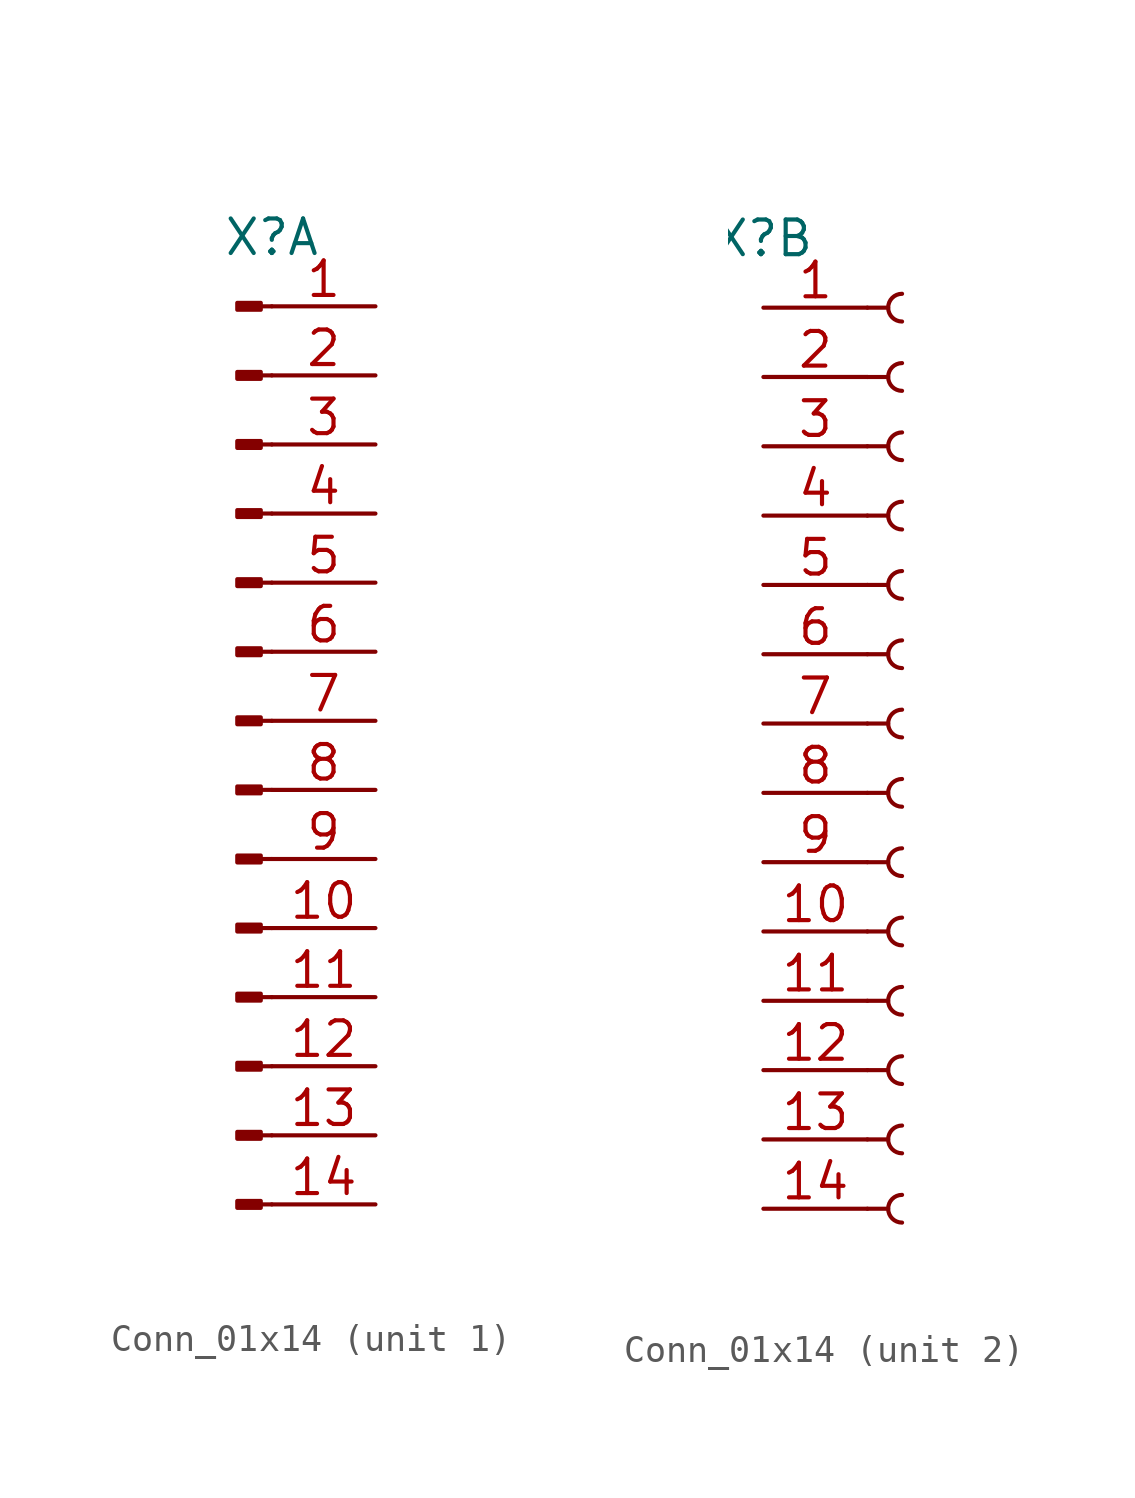
<source format=kicad_sym>
(kicad_symbol_lib
  (version 20241209)
  (generator "kicad_symbol_editor")
  (generator_version "9.0")
  (symbol "Conn_01x14"
    (pin_names
      (offset 1.016)
      (hide yes))
    (property "Reference" "X"
      (at 0 17.78 0)
      (do_not_autoplace)
      (effects (font (size 1.27 1.27))))
    (property "ki_locked" ""
      (at 0 0 0)
      (effects (font (size 1.27 1.27))))
    (symbol "Conn_01x14_1_1"
      (rectangle (start -0.406 15.367) (end -1.27 15.113) (stroke (width 0.152) (type default)) (fill (type outline)))
      (rectangle (start -0.406 12.827) (end -1.27 12.573) (stroke (width 0.152) (type default)) (fill (type outline)))
      (rectangle (start -0.406 10.287) (end -1.27 10.033) (stroke (width 0.152) (type default)) (fill (type outline)))
      (rectangle (start -0.406 7.747) (end -1.27 7.493) (stroke (width 0.152) (type default)) (fill (type outline)))
      (rectangle (start -0.406 5.207) (end -1.27 4.953) (stroke (width 0.152) (type default)) (fill (type outline)))
      (rectangle (start -0.406 2.667) (end -1.27 2.413) (stroke (width 0.152) (type default)) (fill (type outline)))
      (rectangle (start -0.406 0.127) (end -1.27 -0.127) (stroke (width 0.152) (type default)) (fill (type outline)))
      (rectangle (start -0.406 -2.413) (end -1.27 -2.667) (stroke (width 0.152) (type default)) (fill (type outline)))
      (rectangle (start -0.406 -4.953) (end -1.27 -5.207) (stroke (width 0.152) (type default)) (fill (type outline)))
      (rectangle (start -0.406 -7.493) (end -1.27 -7.747) (stroke (width 0.152) (type default)) (fill (type outline)))
      (rectangle (start -0.406 -10.033) (end -1.27 -10.287) (stroke (width 0.152) (type default)) (fill (type outline)))
      (rectangle (start -0.406 -12.573) (end -1.27 -12.827) (stroke (width 0.152) (type default)) (fill (type outline)))
      (rectangle (start -0.406 -15.113) (end -1.27 -15.367) (stroke (width 0.152) (type default)) (fill (type outline)))
      (rectangle (start -0.406 -17.653) (end -1.27 -17.907) (stroke (width 0.152) (type default)) (fill (type outline)))
      (polyline (pts (xy 0 15.24) (xy -0.406 15.24)) (stroke (width 0.152) (type default)) (fill (type none)))
      (polyline (pts (xy 0 12.7) (xy -0.406 12.7)) (stroke (width 0.152) (type default)) (fill (type none)))
      (polyline (pts (xy 0 10.16) (xy -0.406 10.16)) (stroke (width 0.152) (type default)) (fill (type none)))
      (polyline (pts (xy 0 7.62) (xy -0.406 7.62)) (stroke (width 0.152) (type default)) (fill (type none)))
      (polyline (pts (xy 0 5.08) (xy -0.406 5.08)) (stroke (width 0.152) (type default)) (fill (type none)))
      (polyline (pts (xy 0 2.54) (xy -0.406 2.54)) (stroke (width 0.152) (type default)) (fill (type none)))
      (polyline (pts (xy 0 0) (xy -0.406 0)) (stroke (width 0.152) (type default)) (fill (type none)))
      (polyline (pts (xy 0 -2.54) (xy -0.406 -2.54)) (stroke (width 0.152) (type default)) (fill (type none)))
      (polyline (pts (xy 0 -5.08) (xy -0.406 -5.08)) (stroke (width 0.152) (type default)) (fill (type none)))
      (polyline (pts (xy 0 -7.62) (xy -0.406 -7.62)) (stroke (width 0.152) (type default)) (fill (type none)))
      (polyline (pts (xy 0 -10.16) (xy -0.406 -10.16)) (stroke (width 0.152) (type default)) (fill (type none)))
      (polyline (pts (xy 0 -12.7) (xy -0.406 -12.7)) (stroke (width 0.152) (type default)) (fill (type none)))
      (polyline (pts (xy 0 -15.24) (xy -0.406 -15.24)) (stroke (width 0.152) (type default)) (fill (type none)))
      (polyline (pts (xy 0 -17.78) (xy -0.406 -17.78)) (stroke (width 0.152) (type default)) (fill (type none)))
      (pin passive line (at 3.81 15.24 180) (length 3.81) (name "Pin_1" (effects (font (size 1.27 1.27)))) (number "1" (effects (font (size 1.27 1.27)))))
      (pin passive line (at 3.81 12.7 180) (length 3.81) (name "Pin_2" (effects (font (size 1.27 1.27)))) (number "2" (effects (font (size 1.27 1.27)))))
      (pin passive line (at 3.81 10.16 180) (length 3.81) (name "Pin_3" (effects (font (size 1.27 1.27)))) (number "3" (effects (font (size 1.27 1.27)))))
      (pin passive line (at 3.81 7.62 180) (length 3.81) (name "Pin_4" (effects (font (size 1.27 1.27)))) (number "4" (effects (font (size 1.27 1.27)))))
      (pin passive line (at 3.81 5.08 180) (length 3.81) (name "Pin_5" (effects (font (size 1.27 1.27)))) (number "5" (effects (font (size 1.27 1.27)))))
      (pin passive line (at 3.81 2.54 180) (length 3.81) (name "Pin_6" (effects (font (size 1.27 1.27)))) (number "6" (effects (font (size 1.27 1.27)))))
      (pin passive line (at 3.81 0 180) (length 3.81) (name "Pin_7" (effects (font (size 1.27 1.27)))) (number "7" (effects (font (size 1.27 1.27)))))
      (pin passive line (at 3.81 -2.54 180) (length 3.81) (name "Pin_8" (effects (font (size 1.27 1.27)))) (number "8" (effects (font (size 1.27 1.27)))))
      (pin passive line (at 3.81 -5.08 180) (length 3.81) (name "Pin_9" (effects (font (size 1.27 1.27)))) (number "9" (effects (font (size 1.27 1.27)))))
      (pin passive line (at 3.81 -7.62 180) (length 3.81) (name "Pin_10" (effects (font (size 1.27 1.27)))) (number "10" (effects (font (size 1.27 1.27)))))
      (pin passive line (at 3.81 -10.16 180) (length 3.81) (name "Pin_11" (effects (font (size 1.27 1.27)))) (number "11" (effects (font (size 1.27 1.27)))))
      (pin passive line (at 3.81 -12.7 180) (length 3.81) (name "Pin_12" (effects (font (size 1.27 1.27)))) (number "12" (effects (font (size 1.27 1.27)))))
      (pin passive line (at 3.81 -15.24 180) (length 3.81) (name "Pin_13" (effects (font (size 1.27 1.27)))) (number "13" (effects (font (size 1.27 1.27)))))
      (pin passive line (at 3.81 -17.78 180) (length 3.81) (name "Pin_14" (effects (font (size 1.27 1.27)))) (number "14" (effects (font (size 1.27 1.27))))))
    (symbol "Conn_01x14_2_1"
      (polyline (pts (xy 3.81 15.24) (xy 4.572 15.24)) (stroke (width 0.152) (type default)) (fill (type none)))
      (polyline (pts (xy 3.81 12.7) (xy 4.572 12.7)) (stroke (width 0.152) (type default)) (fill (type none)))
      (polyline (pts (xy 3.81 10.16) (xy 4.572 10.16)) (stroke (width 0.152) (type default)) (fill (type none)))
      (polyline (pts (xy 3.81 7.62) (xy 4.572 7.62)) (stroke (width 0.152) (type default)) (fill (type none)))
      (polyline (pts (xy 3.81 5.08) (xy 4.572 5.08)) (stroke (width 0.152) (type default)) (fill (type none)))
      (polyline (pts (xy 3.81 2.54) (xy 4.572 2.54)) (stroke (width 0.152) (type default)) (fill (type none)))
      (polyline (pts (xy 3.81 0) (xy 4.572 0)) (stroke (width 0.152) (type default)) (fill (type none)))
      (polyline (pts (xy 3.81 -2.54) (xy 4.572 -2.54)) (stroke (width 0.152) (type default)) (fill (type none)))
      (polyline (pts (xy 3.81 -5.08) (xy 4.572 -5.08)) (stroke (width 0.152) (type default)) (fill (type none)))
      (polyline (pts (xy 3.81 -7.62) (xy 4.572 -7.62)) (stroke (width 0.152) (type default)) (fill (type none)))
      (polyline (pts (xy 3.81 -10.16) (xy 4.572 -10.16)) (stroke (width 0.152) (type default)) (fill (type none)))
      (polyline (pts (xy 3.81 -12.7) (xy 4.572 -12.7)) (stroke (width 0.152) (type default)) (fill (type none)))
      (polyline (pts (xy 3.81 -15.24) (xy 4.572 -15.24)) (stroke (width 0.152) (type default)) (fill (type none)))
      (polyline (pts (xy 3.81 -17.78) (xy 4.572 -17.78)) (stroke (width 0.152) (type default)) (fill (type none)))
      (arc (start 5.08 14.732) (mid 4.5742 15.24) (end 5.08 15.748) (stroke (width 0.1524) (type default)) (fill (type none)))
      (arc (start 5.08 12.192) (mid 4.5742 12.7) (end 5.08 13.208) (stroke (width 0.1524) (type default)) (fill (type none)))
      (arc (start 5.08 9.652) (mid 4.5742 10.16) (end 5.08 10.668) (stroke (width 0.1524) (type default)) (fill (type none)))
      (arc (start 5.08 7.112) (mid 4.5742 7.62) (end 5.08 8.128) (stroke (width 0.1524) (type default)) (fill (type none)))
      (arc (start 5.08 4.572) (mid 4.5742 5.08) (end 5.08 5.588) (stroke (width 0.1524) (type default)) (fill (type none)))
      (arc (start 5.08 2.032) (mid 4.5742 2.54) (end 5.08 3.048) (stroke (width 0.1524) (type default)) (fill (type none)))
      (arc (start 5.08 -0.508) (mid 4.5742 0) (end 5.08 0.508) (stroke (width 0.1524) (type default)) (fill (type none)))
      (arc (start 5.08 -3.048) (mid 4.5742 -2.54) (end 5.08 -2.032) (stroke (width 0.1524) (type default)) (fill (type none)))
      (arc (start 5.08 -5.588) (mid 4.5742 -5.08) (end 5.08 -4.572) (stroke (width 0.1524) (type default)) (fill (type none)))
      (arc (start 5.08 -8.128) (mid 4.5742 -7.62) (end 5.08 -7.112) (stroke (width 0.1524) (type default)) (fill (type none)))
      (arc (start 5.08 -10.668) (mid 4.5742 -10.16) (end 5.08 -9.652) (stroke (width 0.1524) (type default)) (fill (type none)))
      (arc (start 5.08 -13.208) (mid 4.5742 -12.7) (end 5.08 -12.192) (stroke (width 0.1524) (type default)) (fill (type none)))
      (arc (start 5.08 -15.748) (mid 4.5742 -15.24) (end 5.08 -14.732) (stroke (width 0.1524) (type default)) (fill (type none)))
      (arc (start 5.08 -18.288) (mid 4.5742 -17.78) (end 5.08 -17.272) (stroke (width 0.1524) (type default)) (fill (type none)))
      (pin passive line (at 0 15.24 0) (length 3.81) (name "Pin_1" (effects (font (size 1.27 1.27)))) (number "1" (effects (font (size 1.27 1.27)))))
      (pin passive line (at 0 12.7 0) (length 3.81) (name "Pin_2" (effects (font (size 1.27 1.27)))) (number "2" (effects (font (size 1.27 1.27)))))
      (pin passive line (at 0 10.16 0) (length 3.81) (name "Pin_3" (effects (font (size 1.27 1.27)))) (number "3" (effects (font (size 1.27 1.27)))))
      (pin passive line (at 0 7.62 0) (length 3.81) (name "Pin_4" (effects (font (size 1.27 1.27)))) (number "4" (effects (font (size 1.27 1.27)))))
      (pin passive line (at 0 5.08 0) (length 3.81) (name "Pin_5" (effects (font (size 1.27 1.27)))) (number "5" (effects (font (size 1.27 1.27)))))
      (pin passive line (at 0 2.54 0) (length 3.81) (name "Pin_6" (effects (font (size 1.27 1.27)))) (number "6" (effects (font (size 1.27 1.27)))))
      (pin passive line (at 0 0 0) (length 3.81) (name "Pin_7" (effects (font (size 1.27 1.27)))) (number "7" (effects (font (size 1.27 1.27)))))
      (pin passive line (at 0 -2.54 0) (length 3.81) (name "Pin_8" (effects (font (size 1.27 1.27)))) (number "8" (effects (font (size 1.27 1.27)))))
      (pin passive line (at 0 -5.08 0) (length 3.81) (name "Pin_9" (effects (font (size 1.27 1.27)))) (number "9" (effects (font (size 1.27 1.27)))))
      (pin passive line (at 0 -7.62 0) (length 3.81) (name "Pin_10" (effects (font (size 1.27 1.27)))) (number "10" (effects (font (size 1.27 1.27)))))
      (pin passive line (at 0 -10.16 0) (length 3.81) (name "Pin_11" (effects (font (size 1.27 1.27)))) (number "11" (effects (font (size 1.27 1.27)))))
      (pin passive line (at 0 -12.7 0) (length 3.81) (name "Pin_12" (effects (font (size 1.27 1.27)))) (number "12" (effects (font (size 1.27 1.27)))))
      (pin passive line (at 0 -15.24 0) (length 3.81) (name "Pin_13" (effects (font (size 1.27 1.27)))) (number "13" (effects (font (size 1.27 1.27)))))
      (pin passive line (at 0 -17.78 0) (length 3.81) (name "Pin_14" (effects (font (size 1.27 1.27)))) (number "14" (effects (font (size 1.27 1.27))))))))
</source>
